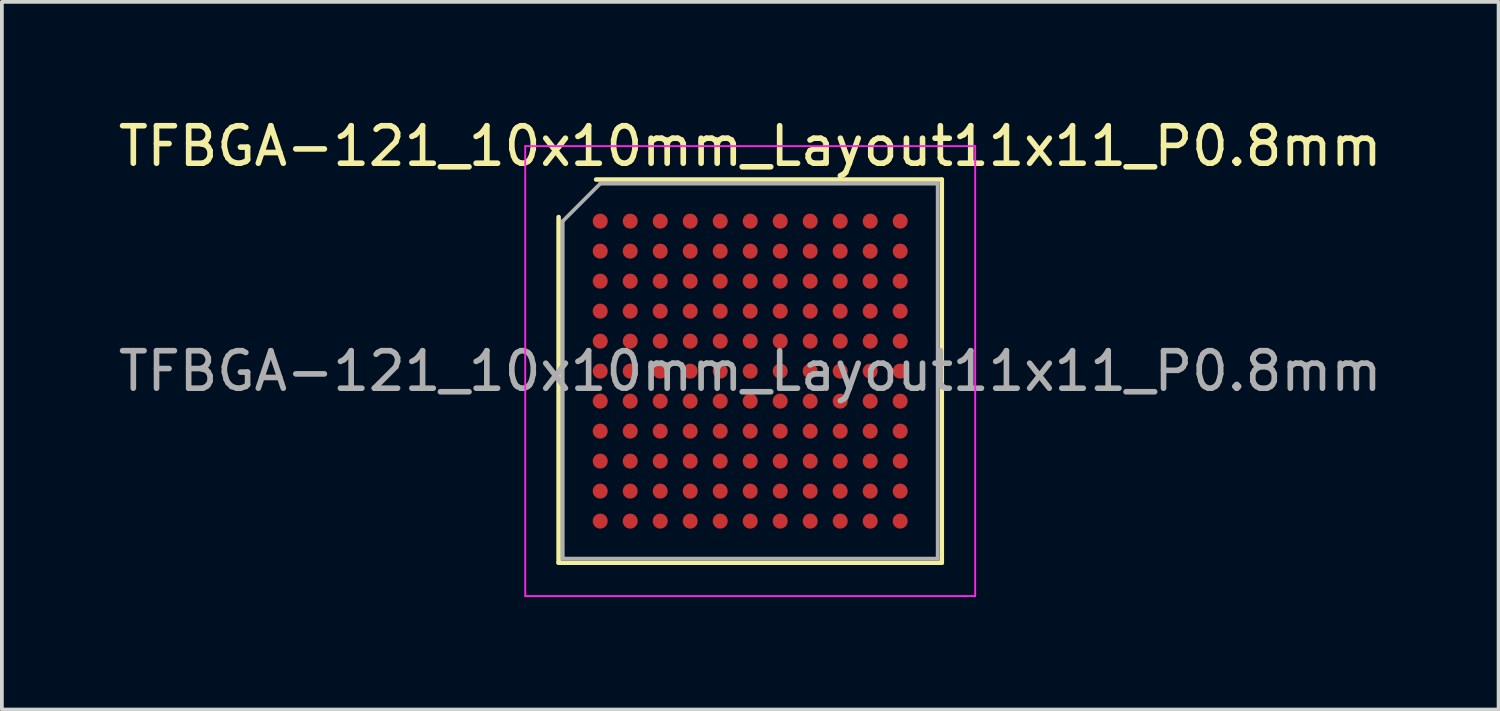
<source format=kicad_pcb>
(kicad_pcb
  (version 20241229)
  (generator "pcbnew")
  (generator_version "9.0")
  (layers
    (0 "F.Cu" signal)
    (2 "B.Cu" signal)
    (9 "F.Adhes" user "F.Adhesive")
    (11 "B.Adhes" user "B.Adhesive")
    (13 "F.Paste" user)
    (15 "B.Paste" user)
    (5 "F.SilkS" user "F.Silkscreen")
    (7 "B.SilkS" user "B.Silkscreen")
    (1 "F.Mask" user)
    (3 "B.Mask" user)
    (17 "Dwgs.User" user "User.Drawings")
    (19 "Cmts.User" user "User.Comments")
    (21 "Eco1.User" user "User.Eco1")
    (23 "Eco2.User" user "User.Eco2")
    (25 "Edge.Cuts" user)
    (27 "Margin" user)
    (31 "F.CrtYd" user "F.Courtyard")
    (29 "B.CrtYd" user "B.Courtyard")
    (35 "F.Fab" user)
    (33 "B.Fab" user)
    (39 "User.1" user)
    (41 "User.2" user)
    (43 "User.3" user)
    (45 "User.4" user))
  (footprint "TFBGA-121_10x10mm_Layout11x11_P0.8mm"
    (layer "F.Cu")
    (at 16.958 6.848)
    (property "Reference" "TFBGA-121_10x10mm_Layout11x11_P0.8mm" (at 0 -6 0) (layer "F.SilkS") (effects (font (size 1 1) (thickness 0.15))))
    (attr smd)
    (fp_line (start -5.11 5.11) (end -5.11 -4.11) (stroke (width 0.12) (type solid)) (layer "F.SilkS"))
    (fp_line (start -4.11 -5.11) (end 5.11 -5.11) (stroke (width 0.12) (type solid)) (layer "F.SilkS"))
    (fp_line (start 5.11 -5.11) (end 5.11 5.11) (stroke (width 0.12) (type solid)) (layer "F.SilkS"))
    (fp_line (start 5.11 5.11) (end -5.11 5.11) (stroke (width 0.12) (type solid)) (layer "F.SilkS"))
    (fp_line (start -6 -6) (end -6 6) (stroke (width 0.05) (type solid)) (layer "F.CrtYd"))
    (fp_line (start -6 6) (end 6 6) (stroke (width 0.05) (type solid)) (layer "F.CrtYd"))
    (fp_line (start 6 -6) (end -6 -6) (stroke (width 0.05) (type solid)) (layer "F.CrtYd"))
    (fp_line (start 6 6) (end 6 -6) (stroke (width 0.05) (type solid)) (layer "F.CrtYd"))
    (fp_line (start -5 -4) (end -4 -5) (stroke (width 0.1) (type solid)) (layer "F.Fab"))
    (fp_line (start -5 5) (end -5 -4) (stroke (width 0.1) (type solid)) (layer "F.Fab"))
    (fp_line (start -4 -5) (end 5 -5) (stroke (width 0.1) (type solid)) (layer "F.Fab"))
    (fp_line (start 5 -5) (end 5 5) (stroke (width 0.1) (type solid)) (layer "F.Fab"))
    (fp_line (start 5 5) (end -5 5) (stroke (width 0.1) (type solid)) (layer "F.Fab"))
    (fp_text user "${REFERENCE}" (at 0 0 0) (layer "F.Fab") (effects (font (size 1 1) (thickness 0.15))))
    (pad "A1" smd circle (at -4 -4) (size 0.4 0.4) (layers "F.Cu" "F.Mask" "F.Paste"))
    (pad "A2" smd circle (at -3.2 -4) (size 0.4 0.4) (layers "F.Cu" "F.Mask" "F.Paste"))
    (pad "A3" smd circle (at -2.4 -4) (size 0.4 0.4) (layers "F.Cu" "F.Mask" "F.Paste"))
    (pad "A4" smd circle (at -1.6 -4) (size 0.4 0.4) (layers "F.Cu" "F.Mask" "F.Paste"))
    (pad "A5" smd circle (at -0.8 -4) (size 0.4 0.4) (layers "F.Cu" "F.Mask" "F.Paste"))
    (pad "A6" smd circle (at 0 -4) (size 0.4 0.4) (layers "F.Cu" "F.Mask" "F.Paste"))
    (pad "A7" smd circle (at 0.8 -4) (size 0.4 0.4) (layers "F.Cu" "F.Mask" "F.Paste"))
    (pad "A8" smd circle (at 1.6 -4) (size 0.4 0.4) (layers "F.Cu" "F.Mask" "F.Paste"))
    (pad "A9" smd circle (at 2.4 -4) (size 0.4 0.4) (layers "F.Cu" "F.Mask" "F.Paste"))
    (pad "A10" smd circle (at 3.2 -4) (size 0.4 0.4) (layers "F.Cu" "F.Mask" "F.Paste"))
    (pad "A11" smd circle (at 4 -4) (size 0.4 0.4) (layers "F.Cu" "F.Mask" "F.Paste"))
    (pad "B1" smd circle (at -4 -3.2) (size 0.4 0.4) (layers "F.Cu" "F.Mask" "F.Paste"))
    (pad "B2" smd circle (at -3.2 -3.2) (size 0.4 0.4) (layers "F.Cu" "F.Mask" "F.Paste"))
    (pad "B3" smd circle (at -2.4 -3.2) (size 0.4 0.4) (layers "F.Cu" "F.Mask" "F.Paste"))
    (pad "B4" smd circle (at -1.6 -3.2) (size 0.4 0.4) (layers "F.Cu" "F.Mask" "F.Paste"))
    (pad "B5" smd circle (at -0.8 -3.2) (size 0.4 0.4) (layers "F.Cu" "F.Mask" "F.Paste"))
    (pad "B6" smd circle (at 0 -3.2) (size 0.4 0.4) (layers "F.Cu" "F.Mask" "F.Paste"))
    (pad "B7" smd circle (at 0.8 -3.2) (size 0.4 0.4) (layers "F.Cu" "F.Mask" "F.Paste"))
    (pad "B8" smd circle (at 1.6 -3.2) (size 0.4 0.4) (layers "F.Cu" "F.Mask" "F.Paste"))
    (pad "B9" smd circle (at 2.4 -3.2) (size 0.4 0.4) (layers "F.Cu" "F.Mask" "F.Paste"))
    (pad "B10" smd circle (at 3.2 -3.2) (size 0.4 0.4) (layers "F.Cu" "F.Mask" "F.Paste"))
    (pad "B11" smd circle (at 4 -3.2) (size 0.4 0.4) (layers "F.Cu" "F.Mask" "F.Paste"))
    (pad "C1" smd circle (at -4 -2.4) (size 0.4 0.4) (layers "F.Cu" "F.Mask" "F.Paste"))
    (pad "C2" smd circle (at -3.2 -2.4) (size 0.4 0.4) (layers "F.Cu" "F.Mask" "F.Paste"))
    (pad "C3" smd circle (at -2.4 -2.4) (size 0.4 0.4) (layers "F.Cu" "F.Mask" "F.Paste"))
    (pad "C4" smd circle (at -1.6 -2.4) (size 0.4 0.4) (layers "F.Cu" "F.Mask" "F.Paste"))
    (pad "C5" smd circle (at -0.8 -2.4) (size 0.4 0.4) (layers "F.Cu" "F.Mask" "F.Paste"))
    (pad "C6" smd circle (at 0 -2.4) (size 0.4 0.4) (layers "F.Cu" "F.Mask" "F.Paste"))
    (pad "C7" smd circle (at 0.8 -2.4) (size 0.4 0.4) (layers "F.Cu" "F.Mask" "F.Paste"))
    (pad "C8" smd circle (at 1.6 -2.4) (size 0.4 0.4) (layers "F.Cu" "F.Mask" "F.Paste"))
    (pad "C9" smd circle (at 2.4 -2.4) (size 0.4 0.4) (layers "F.Cu" "F.Mask" "F.Paste"))
    (pad "C10" smd circle (at 3.2 -2.4) (size 0.4 0.4) (layers "F.Cu" "F.Mask" "F.Paste"))
    (pad "C11" smd circle (at 4 -2.4) (size 0.4 0.4) (layers "F.Cu" "F.Mask" "F.Paste"))
    (pad "D1" smd circle (at -4 -1.6) (size 0.4 0.4) (layers "F.Cu" "F.Mask" "F.Paste"))
    (pad "D2" smd circle (at -3.2 -1.6) (size 0.4 0.4) (layers "F.Cu" "F.Mask" "F.Paste"))
    (pad "D3" smd circle (at -2.4 -1.6) (size 0.4 0.4) (layers "F.Cu" "F.Mask" "F.Paste"))
    (pad "D4" smd circle (at -1.6 -1.6) (size 0.4 0.4) (layers "F.Cu" "F.Mask" "F.Paste"))
    (pad "D5" smd circle (at -0.8 -1.6) (size 0.4 0.4) (layers "F.Cu" "F.Mask" "F.Paste"))
    (pad "D6" smd circle (at 0 -1.6) (size 0.4 0.4) (layers "F.Cu" "F.Mask" "F.Paste"))
    (pad "D7" smd circle (at 0.8 -1.6) (size 0.4 0.4) (layers "F.Cu" "F.Mask" "F.Paste"))
    (pad "D8" smd circle (at 1.6 -1.6) (size 0.4 0.4) (layers "F.Cu" "F.Mask" "F.Paste"))
    (pad "D9" smd circle (at 2.4 -1.6) (size 0.4 0.4) (layers "F.Cu" "F.Mask" "F.Paste"))
    (pad "D10" smd circle (at 3.2 -1.6) (size 0.4 0.4) (layers "F.Cu" "F.Mask" "F.Paste"))
    (pad "D11" smd circle (at 4 -1.6) (size 0.4 0.4) (layers "F.Cu" "F.Mask" "F.Paste"))
    (pad "E1" smd circle (at -4 -0.8) (size 0.4 0.4) (layers "F.Cu" "F.Mask" "F.Paste"))
    (pad "E2" smd circle (at -3.2 -0.8) (size 0.4 0.4) (layers "F.Cu" "F.Mask" "F.Paste"))
    (pad "E3" smd circle (at -2.4 -0.8) (size 0.4 0.4) (layers "F.Cu" "F.Mask" "F.Paste"))
    (pad "E4" smd circle (at -1.6 -0.8) (size 0.4 0.4) (layers "F.Cu" "F.Mask" "F.Paste"))
    (pad "E5" smd circle (at -0.8 -0.8) (size 0.4 0.4) (layers "F.Cu" "F.Mask" "F.Paste"))
    (pad "E6" smd circle (at 0 -0.8) (size 0.4 0.4) (layers "F.Cu" "F.Mask" "F.Paste"))
    (pad "E7" smd circle (at 0.8 -0.8) (size 0.4 0.4) (layers "F.Cu" "F.Mask" "F.Paste"))
    (pad "E8" smd circle (at 1.6 -0.8) (size 0.4 0.4) (layers "F.Cu" "F.Mask" "F.Paste"))
    (pad "E9" smd circle (at 2.4 -0.8) (size 0.4 0.4) (layers "F.Cu" "F.Mask" "F.Paste"))
    (pad "E10" smd circle (at 3.2 -0.8) (size 0.4 0.4) (layers "F.Cu" "F.Mask" "F.Paste"))
    (pad "E11" smd circle (at 4 -0.8) (size 0.4 0.4) (layers "F.Cu" "F.Mask" "F.Paste"))
    (pad "F1" smd circle (at -4 0) (size 0.4 0.4) (layers "F.Cu" "F.Mask" "F.Paste"))
    (pad "F2" smd circle (at -3.2 0) (size 0.4 0.4) (layers "F.Cu" "F.Mask" "F.Paste"))
    (pad "F3" smd circle (at -2.4 0) (size 0.4 0.4) (layers "F.Cu" "F.Mask" "F.Paste"))
    (pad "F4" smd circle (at -1.6 0) (size 0.4 0.4) (layers "F.Cu" "F.Mask" "F.Paste"))
    (pad "F5" smd circle (at -0.8 0) (size 0.4 0.4) (layers "F.Cu" "F.Mask" "F.Paste"))
    (pad "F6" smd circle (at 0 0) (size 0.4 0.4) (layers "F.Cu" "F.Mask" "F.Paste"))
    (pad "F7" smd circle (at 0.8 0) (size 0.4 0.4) (layers "F.Cu" "F.Mask" "F.Paste"))
    (pad "F8" smd circle (at 1.6 0) (size 0.4 0.4) (layers "F.Cu" "F.Mask" "F.Paste"))
    (pad "F9" smd circle (at 2.4 0) (size 0.4 0.4) (layers "F.Cu" "F.Mask" "F.Paste"))
    (pad "F10" smd circle (at 3.2 0) (size 0.4 0.4) (layers "F.Cu" "F.Mask" "F.Paste"))
    (pad "F11" smd circle (at 4 0) (size 0.4 0.4) (layers "F.Cu" "F.Mask" "F.Paste"))
    (pad "G1" smd circle (at -4 0.8) (size 0.4 0.4) (layers "F.Cu" "F.Mask" "F.Paste"))
    (pad "G2" smd circle (at -3.2 0.8) (size 0.4 0.4) (layers "F.Cu" "F.Mask" "F.Paste"))
    (pad "G3" smd circle (at -2.4 0.8) (size 0.4 0.4) (layers "F.Cu" "F.Mask" "F.Paste"))
    (pad "G4" smd circle (at -1.6 0.8) (size 0.4 0.4) (layers "F.Cu" "F.Mask" "F.Paste"))
    (pad "G5" smd circle (at -0.8 0.8) (size 0.4 0.4) (layers "F.Cu" "F.Mask" "F.Paste"))
    (pad "G6" smd circle (at 0 0.8) (size 0.4 0.4) (layers "F.Cu" "F.Mask" "F.Paste"))
    (pad "G7" smd circle (at 0.8 0.8) (size 0.4 0.4) (layers "F.Cu" "F.Mask" "F.Paste"))
    (pad "G8" smd circle (at 1.6 0.8) (size 0.4 0.4) (layers "F.Cu" "F.Mask" "F.Paste"))
    (pad "G9" smd circle (at 2.4 0.8) (size 0.4 0.4) (layers "F.Cu" "F.Mask" "F.Paste"))
    (pad "G10" smd circle (at 3.2 0.8) (size 0.4 0.4) (layers "F.Cu" "F.Mask" "F.Paste"))
    (pad "G11" smd circle (at 4 0.8) (size 0.4 0.4) (layers "F.Cu" "F.Mask" "F.Paste"))
    (pad "H1" smd circle (at -4 1.6) (size 0.4 0.4) (layers "F.Cu" "F.Mask" "F.Paste"))
    (pad "H2" smd circle (at -3.2 1.6) (size 0.4 0.4) (layers "F.Cu" "F.Mask" "F.Paste"))
    (pad "H3" smd circle (at -2.4 1.6) (size 0.4 0.4) (layers "F.Cu" "F.Mask" "F.Paste"))
    (pad "H4" smd circle (at -1.6 1.6) (size 0.4 0.4) (layers "F.Cu" "F.Mask" "F.Paste"))
    (pad "H5" smd circle (at -0.8 1.6) (size 0.4 0.4) (layers "F.Cu" "F.Mask" "F.Paste"))
    (pad "H6" smd circle (at 0 1.6) (size 0.4 0.4) (layers "F.Cu" "F.Mask" "F.Paste"))
    (pad "H7" smd circle (at 0.8 1.6) (size 0.4 0.4) (layers "F.Cu" "F.Mask" "F.Paste"))
    (pad "H8" smd circle (at 1.6 1.6) (size 0.4 0.4) (layers "F.Cu" "F.Mask" "F.Paste"))
    (pad "H9" smd circle (at 2.4 1.6) (size 0.4 0.4) (layers "F.Cu" "F.Mask" "F.Paste"))
    (pad "H10" smd circle (at 3.2 1.6) (size 0.4 0.4) (layers "F.Cu" "F.Mask" "F.Paste"))
    (pad "H11" smd circle (at 4 1.6) (size 0.4 0.4) (layers "F.Cu" "F.Mask" "F.Paste"))
    (pad "J1" smd circle (at -4 2.4) (size 0.4 0.4) (layers "F.Cu" "F.Mask" "F.Paste"))
    (pad "J2" smd circle (at -3.2 2.4) (size 0.4 0.4) (layers "F.Cu" "F.Mask" "F.Paste"))
    (pad "J3" smd circle (at -2.4 2.4) (size 0.4 0.4) (layers "F.Cu" "F.Mask" "F.Paste"))
    (pad "J4" smd circle (at -1.6 2.4) (size 0.4 0.4) (layers "F.Cu" "F.Mask" "F.Paste"))
    (pad "J5" smd circle (at -0.8 2.4) (size 0.4 0.4) (layers "F.Cu" "F.Mask" "F.Paste"))
    (pad "J6" smd circle (at 0 2.4) (size 0.4 0.4) (layers "F.Cu" "F.Mask" "F.Paste"))
    (pad "J7" smd circle (at 0.8 2.4) (size 0.4 0.4) (layers "F.Cu" "F.Mask" "F.Paste"))
    (pad "J8" smd circle (at 1.6 2.4) (size 0.4 0.4) (layers "F.Cu" "F.Mask" "F.Paste"))
    (pad "J9" smd circle (at 2.4 2.4) (size 0.4 0.4) (layers "F.Cu" "F.Mask" "F.Paste"))
    (pad "J10" smd circle (at 3.2 2.4) (size 0.4 0.4) (layers "F.Cu" "F.Mask" "F.Paste"))
    (pad "J11" smd circle (at 4 2.4) (size 0.4 0.4) (layers "F.Cu" "F.Mask" "F.Paste"))
    (pad "K1" smd circle (at -4 3.2) (size 0.4 0.4) (layers "F.Cu" "F.Mask" "F.Paste"))
    (pad "K2" smd circle (at -3.2 3.2) (size 0.4 0.4) (layers "F.Cu" "F.Mask" "F.Paste"))
    (pad "K3" smd circle (at -2.4 3.2) (size 0.4 0.4) (layers "F.Cu" "F.Mask" "F.Paste"))
    (pad "K4" smd circle (at -1.6 3.2) (size 0.4 0.4) (layers "F.Cu" "F.Mask" "F.Paste"))
    (pad "K5" smd circle (at -0.8 3.2) (size 0.4 0.4) (layers "F.Cu" "F.Mask" "F.Paste"))
    (pad "K6" smd circle (at 0 3.2) (size 0.4 0.4) (layers "F.Cu" "F.Mask" "F.Paste"))
    (pad "K7" smd circle (at 0.8 3.2) (size 0.4 0.4) (layers "F.Cu" "F.Mask" "F.Paste"))
    (pad "K8" smd circle (at 1.6 3.2) (size 0.4 0.4) (layers "F.Cu" "F.Mask" "F.Paste"))
    (pad "K9" smd circle (at 2.4 3.2) (size 0.4 0.4) (layers "F.Cu" "F.Mask" "F.Paste"))
    (pad "K10" smd circle (at 3.2 3.2) (size 0.4 0.4) (layers "F.Cu" "F.Mask" "F.Paste"))
    (pad "K11" smd circle (at 4 3.2) (size 0.4 0.4) (layers "F.Cu" "F.Mask" "F.Paste"))
    (pad "L1" smd circle (at -4 4) (size 0.4 0.4) (layers "F.Cu" "F.Mask" "F.Paste"))
    (pad "L2" smd circle (at -3.2 4) (size 0.4 0.4) (layers "F.Cu" "F.Mask" "F.Paste"))
    (pad "L3" smd circle (at -2.4 4) (size 0.4 0.4) (layers "F.Cu" "F.Mask" "F.Paste"))
    (pad "L4" smd circle (at -1.6 4) (size 0.4 0.4) (layers "F.Cu" "F.Mask" "F.Paste"))
    (pad "L5" smd circle (at -0.8 4) (size 0.4 0.4) (layers "F.Cu" "F.Mask" "F.Paste"))
    (pad "L6" smd circle (at 0 4) (size 0.4 0.4) (layers "F.Cu" "F.Mask" "F.Paste"))
    (pad "L7" smd circle (at 0.8 4) (size 0.4 0.4) (layers "F.Cu" "F.Mask" "F.Paste"))
    (pad "L8" smd circle (at 1.6 4) (size 0.4 0.4) (layers "F.Cu" "F.Mask" "F.Paste"))
    (pad "L9" smd circle (at 2.4 4) (size 0.4 0.4) (layers "F.Cu" "F.Mask" "F.Paste"))
    (pad "L10" smd circle (at 3.2 4) (size 0.4 0.4) (layers "F.Cu" "F.Mask" "F.Paste"))
    (pad "L11" smd circle (at 4 4) (size 0.4 0.4) (layers "F.Cu" "F.Mask" "F.Paste")))
  (gr_rect
    (start -3 -3)
    (end 36.917 15.873)
    (stroke (width 0.1) (type default))
    (fill no)
    (layer "Edge.Cuts")))
</source>
